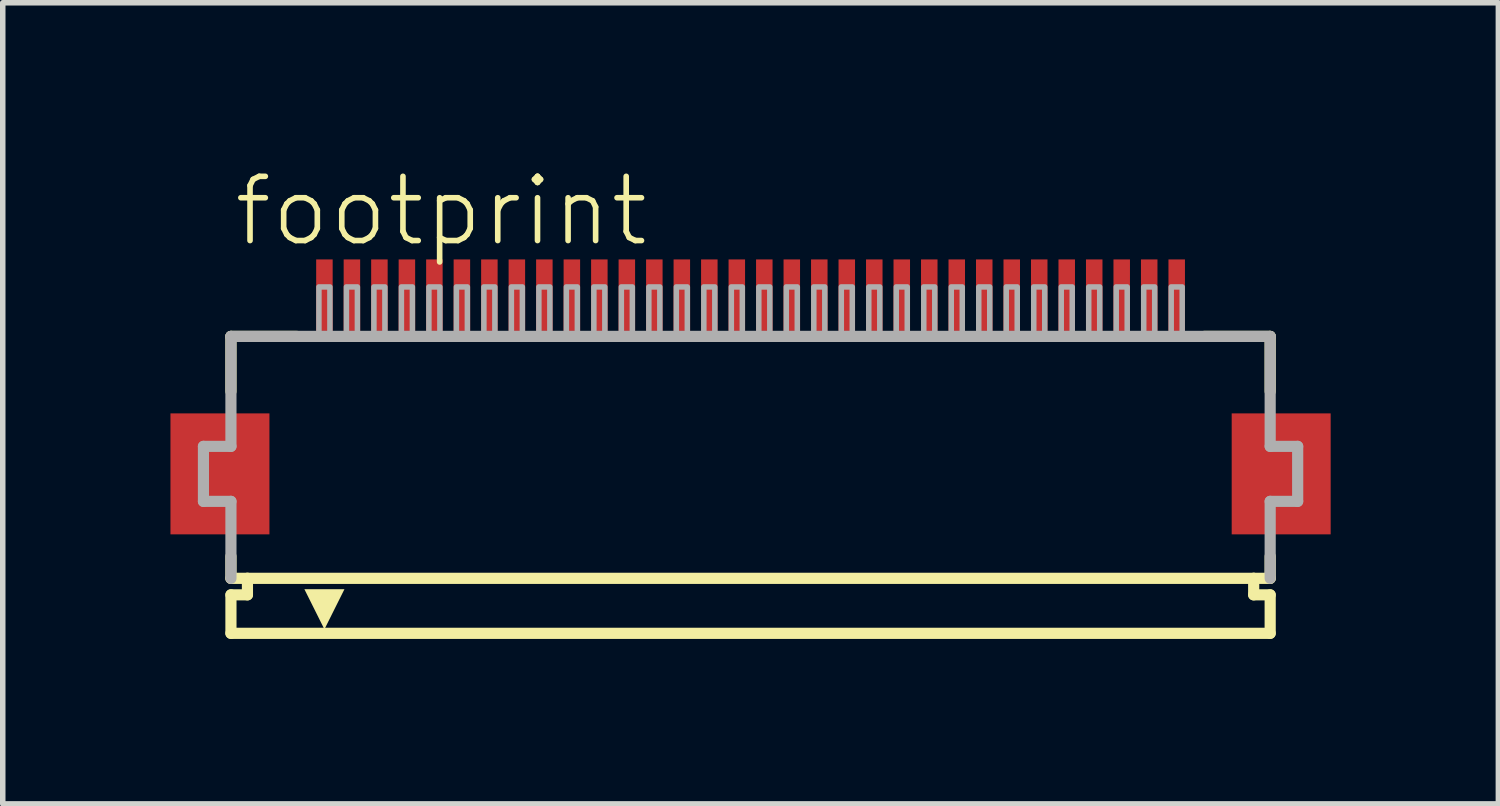
<source format=kicad_pcb>
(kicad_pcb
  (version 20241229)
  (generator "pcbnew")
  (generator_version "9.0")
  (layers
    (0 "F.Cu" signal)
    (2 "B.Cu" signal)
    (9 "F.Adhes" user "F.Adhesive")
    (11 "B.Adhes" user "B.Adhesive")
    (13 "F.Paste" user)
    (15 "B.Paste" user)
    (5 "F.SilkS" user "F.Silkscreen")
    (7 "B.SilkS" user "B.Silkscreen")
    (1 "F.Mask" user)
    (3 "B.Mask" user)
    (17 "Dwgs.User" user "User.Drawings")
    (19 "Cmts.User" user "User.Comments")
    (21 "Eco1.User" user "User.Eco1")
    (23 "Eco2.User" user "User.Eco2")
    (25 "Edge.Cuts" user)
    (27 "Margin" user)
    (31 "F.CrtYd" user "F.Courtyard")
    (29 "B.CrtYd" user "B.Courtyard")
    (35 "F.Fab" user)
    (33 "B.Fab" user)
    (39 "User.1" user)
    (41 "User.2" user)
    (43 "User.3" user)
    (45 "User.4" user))
  (footprint "footprint"
    (layer "F.Cu")
    (at 10.6 5.568)
    (property "Reference" "footprint" (at -9.448 -4.095 0) (layer "F.SilkS") (effects (font (size 1.168 1.168) (thickness 0.102)) (justify left bottom)))
    (fp_poly (pts (xy -8.75 -1.1) (xy -10.55 -1.1) (xy -10.55 1.1) (xy -8.75 1.1)) (stroke (width 0) (type solid)) (fill yes) (layer "F.Cu"))
    (fp_poly (pts (xy 10.55 -1.1) (xy 8.75 -1.1) (xy 8.75 1.1) (xy 10.55 1.1)) (stroke (width 0) (type solid)) (fill yes) (layer "F.Cu"))
    (fp_poly (pts (xy -8.7 -1.175) (xy -10.6 -1.175) (xy -10.6 1.175) (xy -8.7 1.175)) (stroke (width 0) (type solid)) (fill yes) (layer "F.Mask"))
    (fp_poly (pts (xy -7.95 -2.55) (xy -7.55 -2.55) (xy -7.55 -3.95) (xy -7.95 -3.95)) (stroke (width 0) (type solid)) (fill yes) (layer "F.Mask"))
    (fp_poly (pts (xy -7.45 -2.55) (xy -7.05 -2.55) (xy -7.05 -3.95) (xy -7.45 -3.95)) (stroke (width 0) (type solid)) (fill yes) (layer "F.Mask"))
    (fp_poly (pts (xy -6.95 -2.55) (xy -6.55 -2.55) (xy -6.55 -3.95) (xy -6.95 -3.95)) (stroke (width 0) (type solid)) (fill yes) (layer "F.Mask"))
    (fp_poly (pts (xy -6.45 -2.55) (xy -6.05 -2.55) (xy -6.05 -3.95) (xy -6.45 -3.95)) (stroke (width 0) (type solid)) (fill yes) (layer "F.Mask"))
    (fp_poly (pts (xy -5.95 -2.55) (xy -5.55 -2.55) (xy -5.55 -3.95) (xy -5.95 -3.95)) (stroke (width 0) (type solid)) (fill yes) (layer "F.Mask"))
    (fp_poly (pts (xy -5.45 -2.55) (xy -5.05 -2.55) (xy -5.05 -3.95) (xy -5.45 -3.95)) (stroke (width 0) (type solid)) (fill yes) (layer "F.Mask"))
    (fp_poly (pts (xy -4.95 -2.55) (xy -4.55 -2.55) (xy -4.55 -3.95) (xy -4.95 -3.95)) (stroke (width 0) (type solid)) (fill yes) (layer "F.Mask"))
    (fp_poly (pts (xy -4.45 -2.55) (xy -4.05 -2.55) (xy -4.05 -3.95) (xy -4.45 -3.95)) (stroke (width 0) (type solid)) (fill yes) (layer "F.Mask"))
    (fp_poly (pts (xy -3.95 -2.55) (xy -3.55 -2.55) (xy -3.55 -3.95) (xy -3.95 -3.95)) (stroke (width 0) (type solid)) (fill yes) (layer "F.Mask"))
    (fp_poly (pts (xy -3.45 -2.55) (xy -3.05 -2.55) (xy -3.05 -3.95) (xy -3.45 -3.95)) (stroke (width 0) (type solid)) (fill yes) (layer "F.Mask"))
    (fp_poly (pts (xy -2.95 -2.55) (xy -2.55 -2.55) (xy -2.55 -3.95) (xy -2.95 -3.95)) (stroke (width 0) (type solid)) (fill yes) (layer "F.Mask"))
    (fp_poly (pts (xy -2.45 -2.55) (xy -2.05 -2.55) (xy -2.05 -3.95) (xy -2.45 -3.95)) (stroke (width 0) (type solid)) (fill yes) (layer "F.Mask"))
    (fp_poly (pts (xy -1.95 -2.55) (xy -1.55 -2.55) (xy -1.55 -3.95) (xy -1.95 -3.95)) (stroke (width 0) (type solid)) (fill yes) (layer "F.Mask"))
    (fp_poly (pts (xy -1.45 -2.55) (xy -1.05 -2.55) (xy -1.05 -3.95) (xy -1.45 -3.95)) (stroke (width 0) (type solid)) (fill yes) (layer "F.Mask"))
    (fp_poly (pts (xy -0.95 -2.55) (xy -0.55 -2.55) (xy -0.55 -3.95) (xy -0.95 -3.95)) (stroke (width 0) (type solid)) (fill yes) (layer "F.Mask"))
    (fp_poly (pts (xy -0.45 -2.55) (xy -0.05 -2.55) (xy -0.05 -3.95) (xy -0.45 -3.95)) (stroke (width 0) (type solid)) (fill yes) (layer "F.Mask"))
    (fp_poly (pts (xy 0.05 -2.55) (xy 0.45 -2.55) (xy 0.45 -3.95) (xy 0.05 -3.95)) (stroke (width 0) (type solid)) (fill yes) (layer "F.Mask"))
    (fp_poly (pts (xy 0.55 -2.55) (xy 0.95 -2.55) (xy 0.95 -3.95) (xy 0.55 -3.95)) (stroke (width 0) (type solid)) (fill yes) (layer "F.Mask"))
    (fp_poly (pts (xy 1.05 -2.55) (xy 1.45 -2.55) (xy 1.45 -3.95) (xy 1.05 -3.95)) (stroke (width 0) (type solid)) (fill yes) (layer "F.Mask"))
    (fp_poly (pts (xy 1.55 -2.55) (xy 1.95 -2.55) (xy 1.95 -3.95) (xy 1.55 -3.95)) (stroke (width 0) (type solid)) (fill yes) (layer "F.Mask"))
    (fp_poly (pts (xy 2.05 -2.55) (xy 2.45 -2.55) (xy 2.45 -3.95) (xy 2.05 -3.95)) (stroke (width 0) (type solid)) (fill yes) (layer "F.Mask"))
    (fp_poly (pts (xy 2.55 -2.55) (xy 2.95 -2.55) (xy 2.95 -3.95) (xy 2.55 -3.95)) (stroke (width 0) (type solid)) (fill yes) (layer "F.Mask"))
    (fp_poly (pts (xy 3.05 -2.55) (xy 3.45 -2.55) (xy 3.45 -3.95) (xy 3.05 -3.95)) (stroke (width 0) (type solid)) (fill yes) (layer "F.Mask"))
    (fp_poly (pts (xy 3.55 -2.55) (xy 3.95 -2.55) (xy 3.95 -3.95) (xy 3.55 -3.95)) (stroke (width 0) (type solid)) (fill yes) (layer "F.Mask"))
    (fp_poly (pts (xy 4.05 -2.55) (xy 4.45 -2.55) (xy 4.45 -3.95) (xy 4.05 -3.95)) (stroke (width 0) (type solid)) (fill yes) (layer "F.Mask"))
    (fp_poly (pts (xy 4.55 -2.55) (xy 4.95 -2.55) (xy 4.95 -3.95) (xy 4.55 -3.95)) (stroke (width 0) (type solid)) (fill yes) (layer "F.Mask"))
    (fp_poly (pts (xy 5.05 -2.55) (xy 5.45 -2.55) (xy 5.45 -3.95) (xy 5.05 -3.95)) (stroke (width 0) (type solid)) (fill yes) (layer "F.Mask"))
    (fp_poly (pts (xy 5.55 -2.55) (xy 5.95 -2.55) (xy 5.95 -3.95) (xy 5.55 -3.95)) (stroke (width 0) (type solid)) (fill yes) (layer "F.Mask"))
    (fp_poly (pts (xy 6.05 -2.55) (xy 6.45 -2.55) (xy 6.45 -3.95) (xy 6.05 -3.95)) (stroke (width 0) (type solid)) (fill yes) (layer "F.Mask"))
    (fp_poly (pts (xy 6.55 -2.55) (xy 6.95 -2.55) (xy 6.95 -3.95) (xy 6.55 -3.95)) (stroke (width 0) (type solid)) (fill yes) (layer "F.Mask"))
    (fp_poly (pts (xy 7.05 -2.55) (xy 7.45 -2.55) (xy 7.45 -3.95) (xy 7.05 -3.95)) (stroke (width 0) (type solid)) (fill yes) (layer "F.Mask"))
    (fp_poly (pts (xy 7.55 -2.55) (xy 7.95 -2.55) (xy 7.95 -3.95) (xy 7.55 -3.95)) (stroke (width 0) (type solid)) (fill yes) (layer "F.Mask"))
    (fp_poly (pts (xy 10.6 -1.175) (xy 8.7 -1.175) (xy 8.7 1.175) (xy 10.6 1.175)) (stroke (width 0) (type solid)) (fill yes) (layer "F.Mask"))
    (fp_line (start -9.45 -2.5) (end -9.45 -1.5) (stroke (width 0.203) (type solid)) (layer "F.SilkS"))
    (fp_line (start -9.45 1.5) (end -9.45 1.9) (stroke (width 0.203) (type solid)) (layer "F.SilkS"))
    (fp_line (start -9.45 1.9) (end -9.15 1.9) (stroke (width 0.203) (type solid)) (layer "F.SilkS"))
    (fp_line (start -9.45 2.2) (end -9.45 2.9) (stroke (width 0.203) (type solid)) (layer "F.SilkS"))
    (fp_line (start -9.15 1.9) (end -9.15 2.2) (stroke (width 0.203) (type solid)) (layer "F.SilkS"))
    (fp_line (start -9.15 2.2) (end -9.45 2.2) (stroke (width 0.203) (type solid)) (layer "F.SilkS"))
    (fp_line (start -8.25 -2.5) (end -9.45 -2.5) (stroke (width 0.203) (type solid)) (layer "F.SilkS"))
    (fp_line (start 9.15 1.9) (end -9.15 1.9) (stroke (width 0.203) (type solid)) (layer "F.SilkS"))
    (fp_line (start 9.15 1.9) (end 9.45 1.9) (stroke (width 0.203) (type solid)) (layer "F.SilkS"))
    (fp_line (start 9.15 2.2) (end 9.15 1.9) (stroke (width 0.203) (type solid)) (layer "F.SilkS"))
    (fp_line (start 9.45 -2.5) (end 8.25 -2.5) (stroke (width 0.203) (type solid)) (layer "F.SilkS"))
    (fp_line (start 9.45 -1.5) (end 9.45 -2.5) (stroke (width 0.203) (type solid)) (layer "F.SilkS"))
    (fp_line (start 9.45 1.9) (end 9.45 1.5) (stroke (width 0.203) (type solid)) (layer "F.SilkS"))
    (fp_line (start 9.45 2.2) (end 9.15 2.2) (stroke (width 0.203) (type solid)) (layer "F.SilkS"))
    (fp_line (start 9.45 2.9) (end -9.45 2.9) (stroke (width 0.203) (type solid)) (layer "F.SilkS"))
    (fp_line (start 9.45 2.9) (end 9.45 2.2) (stroke (width 0.203) (type solid)) (layer "F.SilkS"))
    (fp_poly (pts (xy -7.75 2.827) (xy -8.114 2.098) (xy -7.386 2.098)) (stroke (width 0) (type solid)) (fill yes) (layer "F.SilkS"))
    (fp_poly (pts (xy -8.825 -1.025) (xy -10.475 -1.025) (xy -10.475 1.025) (xy -8.825 1.025)) (stroke (width 0) (type solid)) (fill yes) (layer "F.Paste"))
    (fp_poly (pts (xy -7.875 -2.625) (xy -7.625 -2.625) (xy -7.625 -3.875) (xy -7.875 -3.875)) (stroke (width 0) (type solid)) (fill yes) (layer "F.Paste"))
    (fp_poly (pts (xy -7.375 -2.625) (xy -7.125 -2.625) (xy -7.125 -3.875) (xy -7.375 -3.875)) (stroke (width 0) (type solid)) (fill yes) (layer "F.Paste"))
    (fp_poly (pts (xy -6.875 -2.625) (xy -6.625 -2.625) (xy -6.625 -3.875) (xy -6.875 -3.875)) (stroke (width 0) (type solid)) (fill yes) (layer "F.Paste"))
    (fp_poly (pts (xy -6.375 -2.625) (xy -6.125 -2.625) (xy -6.125 -3.875) (xy -6.375 -3.875)) (stroke (width 0) (type solid)) (fill yes) (layer "F.Paste"))
    (fp_poly (pts (xy -5.875 -2.625) (xy -5.625 -2.625) (xy -5.625 -3.875) (xy -5.875 -3.875)) (stroke (width 0) (type solid)) (fill yes) (layer "F.Paste"))
    (fp_poly (pts (xy -5.375 -2.625) (xy -5.125 -2.625) (xy -5.125 -3.875) (xy -5.375 -3.875)) (stroke (width 0) (type solid)) (fill yes) (layer "F.Paste"))
    (fp_poly (pts (xy -4.875 -2.625) (xy -4.625 -2.625) (xy -4.625 -3.875) (xy -4.875 -3.875)) (stroke (width 0) (type solid)) (fill yes) (layer "F.Paste"))
    (fp_poly (pts (xy -4.375 -2.625) (xy -4.125 -2.625) (xy -4.125 -3.875) (xy -4.375 -3.875)) (stroke (width 0) (type solid)) (fill yes) (layer "F.Paste"))
    (fp_poly (pts (xy -3.875 -2.625) (xy -3.625 -2.625) (xy -3.625 -3.875) (xy -3.875 -3.875)) (stroke (width 0) (type solid)) (fill yes) (layer "F.Paste"))
    (fp_poly (pts (xy -3.375 -2.625) (xy -3.125 -2.625) (xy -3.125 -3.875) (xy -3.375 -3.875)) (stroke (width 0) (type solid)) (fill yes) (layer "F.Paste"))
    (fp_poly (pts (xy -2.875 -2.625) (xy -2.625 -2.625) (xy -2.625 -3.875) (xy -2.875 -3.875)) (stroke (width 0) (type solid)) (fill yes) (layer "F.Paste"))
    (fp_poly (pts (xy -2.375 -2.625) (xy -2.125 -2.625) (xy -2.125 -3.875) (xy -2.375 -3.875)) (stroke (width 0) (type solid)) (fill yes) (layer "F.Paste"))
    (fp_poly (pts (xy -1.875 -2.625) (xy -1.625 -2.625) (xy -1.625 -3.875) (xy -1.875 -3.875)) (stroke (width 0) (type solid)) (fill yes) (layer "F.Paste"))
    (fp_poly (pts (xy -1.375 -2.625) (xy -1.125 -2.625) (xy -1.125 -3.875) (xy -1.375 -3.875)) (stroke (width 0) (type solid)) (fill yes) (layer "F.Paste"))
    (fp_poly (pts (xy -0.875 -2.625) (xy -0.625 -2.625) (xy -0.625 -3.875) (xy -0.875 -3.875)) (stroke (width 0) (type solid)) (fill yes) (layer "F.Paste"))
    (fp_poly (pts (xy -0.375 -2.625) (xy -0.125 -2.625) (xy -0.125 -3.875) (xy -0.375 -3.875)) (stroke (width 0) (type solid)) (fill yes) (layer "F.Paste"))
    (fp_poly (pts (xy 0.125 -2.625) (xy 0.375 -2.625) (xy 0.375 -3.875) (xy 0.125 -3.875)) (stroke (width 0) (type solid)) (fill yes) (layer "F.Paste"))
    (fp_poly (pts (xy 0.625 -2.625) (xy 0.875 -2.625) (xy 0.875 -3.875) (xy 0.625 -3.875)) (stroke (width 0) (type solid)) (fill yes) (layer "F.Paste"))
    (fp_poly (pts (xy 1.125 -2.625) (xy 1.375 -2.625) (xy 1.375 -3.875) (xy 1.125 -3.875)) (stroke (width 0) (type solid)) (fill yes) (layer "F.Paste"))
    (fp_poly (pts (xy 1.625 -2.625) (xy 1.875 -2.625) (xy 1.875 -3.875) (xy 1.625 -3.875)) (stroke (width 0) (type solid)) (fill yes) (layer "F.Paste"))
    (fp_poly (pts (xy 2.125 -2.625) (xy 2.375 -2.625) (xy 2.375 -3.875) (xy 2.125 -3.875)) (stroke (width 0) (type solid)) (fill yes) (layer "F.Paste"))
    (fp_poly (pts (xy 2.625 -2.625) (xy 2.875 -2.625) (xy 2.875 -3.875) (xy 2.625 -3.875)) (stroke (width 0) (type solid)) (fill yes) (layer "F.Paste"))
    (fp_poly (pts (xy 3.125 -2.625) (xy 3.375 -2.625) (xy 3.375 -3.875) (xy 3.125 -3.875)) (stroke (width 0) (type solid)) (fill yes) (layer "F.Paste"))
    (fp_poly (pts (xy 3.625 -2.625) (xy 3.875 -2.625) (xy 3.875 -3.875) (xy 3.625 -3.875)) (stroke (width 0) (type solid)) (fill yes) (layer "F.Paste"))
    (fp_poly (pts (xy 4.125 -2.625) (xy 4.375 -2.625) (xy 4.375 -3.875) (xy 4.125 -3.875)) (stroke (width 0) (type solid)) (fill yes) (layer "F.Paste"))
    (fp_poly (pts (xy 4.625 -2.625) (xy 4.875 -2.625) (xy 4.875 -3.875) (xy 4.625 -3.875)) (stroke (width 0) (type solid)) (fill yes) (layer "F.Paste"))
    (fp_poly (pts (xy 5.125 -2.625) (xy 5.375 -2.625) (xy 5.375 -3.875) (xy 5.125 -3.875)) (stroke (width 0) (type solid)) (fill yes) (layer "F.Paste"))
    (fp_poly (pts (xy 5.625 -2.625) (xy 5.875 -2.625) (xy 5.875 -3.875) (xy 5.625 -3.875)) (stroke (width 0) (type solid)) (fill yes) (layer "F.Paste"))
    (fp_poly (pts (xy 6.125 -2.625) (xy 6.375 -2.625) (xy 6.375 -3.875) (xy 6.125 -3.875)) (stroke (width 0) (type solid)) (fill yes) (layer "F.Paste"))
    (fp_poly (pts (xy 6.625 -2.625) (xy 6.875 -2.625) (xy 6.875 -3.875) (xy 6.625 -3.875)) (stroke (width 0) (type solid)) (fill yes) (layer "F.Paste"))
    (fp_poly (pts (xy 7.125 -2.625) (xy 7.375 -2.625) (xy 7.375 -3.875) (xy 7.125 -3.875)) (stroke (width 0) (type solid)) (fill yes) (layer "F.Paste"))
    (fp_poly (pts (xy 7.625 -2.625) (xy 7.875 -2.625) (xy 7.875 -3.875) (xy 7.625 -3.875)) (stroke (width 0) (type solid)) (fill yes) (layer "F.Paste"))
    (fp_poly (pts (xy 10.475 -1.025) (xy 8.825 -1.025) (xy 8.825 1.025) (xy 10.475 1.025)) (stroke (width 0) (type solid)) (fill yes) (layer "F.Paste"))
    (fp_line (start -9.95 -0.5) (end -9.95 0.5) (stroke (width 0.203) (type solid)) (layer "F.Fab"))
    (fp_line (start -9.95 0.5) (end -9.45 0.5) (stroke (width 0.203) (type solid)) (layer "F.Fab"))
    (fp_line (start -9.45 -2.5) (end -9.45 -0.5) (stroke (width 0.203) (type solid)) (layer "F.Fab"))
    (fp_line (start -9.45 -0.5) (end -9.95 -0.5) (stroke (width 0.203) (type solid)) (layer "F.Fab"))
    (fp_line (start -9.45 0.5) (end -9.45 1.9) (stroke (width 0.203) (type solid)) (layer "F.Fab"))
    (fp_line (start 9.45 -2.5) (end -9.45 -2.5) (stroke (width 0.203) (type solid)) (layer "F.Fab"))
    (fp_line (start 9.45 -0.5) (end 9.45 -2.5) (stroke (width 0.203) (type solid)) (layer "F.Fab"))
    (fp_line (start 9.45 0.5) (end 9.95 0.5) (stroke (width 0.203) (type solid)) (layer "F.Fab"))
    (fp_line (start 9.45 1.9) (end 9.45 0.5) (stroke (width 0.203) (type solid)) (layer "F.Fab"))
    (fp_line (start 9.95 -0.5) (end 9.45 -0.5) (stroke (width 0.203) (type solid)) (layer "F.Fab"))
    (fp_line (start 9.95 0.5) (end 9.95 -0.5) (stroke (width 0.203) (type solid)) (layer "F.Fab"))
    (fp_poly (pts (xy -7.85 -2.55) (xy -7.65 -2.55) (xy -7.65 -3.4) (xy -7.85 -3.4)) (stroke (width 0.1) (type solid)) (fill no) (layer "F.Fab"))
    (fp_poly (pts (xy -7.35 -2.55) (xy -7.15 -2.55) (xy -7.15 -3.4) (xy -7.35 -3.4)) (stroke (width 0.1) (type solid)) (fill no) (layer "F.Fab"))
    (fp_poly (pts (xy -6.85 -2.55) (xy -6.65 -2.55) (xy -6.65 -3.4) (xy -6.85 -3.4)) (stroke (width 0.1) (type solid)) (fill no) (layer "F.Fab"))
    (fp_poly (pts (xy -6.35 -2.55) (xy -6.15 -2.55) (xy -6.15 -3.4) (xy -6.35 -3.4)) (stroke (width 0.1) (type solid)) (fill no) (layer "F.Fab"))
    (fp_poly (pts (xy -5.85 -2.55) (xy -5.65 -2.55) (xy -5.65 -3.4) (xy -5.85 -3.4)) (stroke (width 0.1) (type solid)) (fill no) (layer "F.Fab"))
    (fp_poly (pts (xy -5.35 -2.55) (xy -5.15 -2.55) (xy -5.15 -3.4) (xy -5.35 -3.4)) (stroke (width 0.1) (type solid)) (fill no) (layer "F.Fab"))
    (fp_poly (pts (xy -4.85 -2.55) (xy -4.65 -2.55) (xy -4.65 -3.4) (xy -4.85 -3.4)) (stroke (width 0.1) (type solid)) (fill no) (layer "F.Fab"))
    (fp_poly (pts (xy -4.35 -2.55) (xy -4.15 -2.55) (xy -4.15 -3.4) (xy -4.35 -3.4)) (stroke (width 0.1) (type solid)) (fill no) (layer "F.Fab"))
    (fp_poly (pts (xy -3.85 -2.55) (xy -3.65 -2.55) (xy -3.65 -3.4) (xy -3.85 -3.4)) (stroke (width 0.1) (type solid)) (fill no) (layer "F.Fab"))
    (fp_poly (pts (xy -3.35 -2.55) (xy -3.15 -2.55) (xy -3.15 -3.4) (xy -3.35 -3.4)) (stroke (width 0.1) (type solid)) (fill no) (layer "F.Fab"))
    (fp_poly (pts (xy -2.85 -2.55) (xy -2.65 -2.55) (xy -2.65 -3.4) (xy -2.85 -3.4)) (stroke (width 0.1) (type solid)) (fill no) (layer "F.Fab"))
    (fp_poly (pts (xy -2.35 -2.55) (xy -2.15 -2.55) (xy -2.15 -3.4) (xy -2.35 -3.4)) (stroke (width 0.1) (type solid)) (fill no) (layer "F.Fab"))
    (fp_poly (pts (xy -1.85 -2.55) (xy -1.65 -2.55) (xy -1.65 -3.4) (xy -1.85 -3.4)) (stroke (width 0.1) (type solid)) (fill no) (layer "F.Fab"))
    (fp_poly (pts (xy -1.35 -2.55) (xy -1.15 -2.55) (xy -1.15 -3.4) (xy -1.35 -3.4)) (stroke (width 0.1) (type solid)) (fill no) (layer "F.Fab"))
    (fp_poly (pts (xy -0.85 -2.55) (xy -0.65 -2.55) (xy -0.65 -3.4) (xy -0.85 -3.4)) (stroke (width 0.1) (type solid)) (fill no) (layer "F.Fab"))
    (fp_poly (pts (xy -0.35 -2.55) (xy -0.15 -2.55) (xy -0.15 -3.4) (xy -0.35 -3.4)) (stroke (width 0.1) (type solid)) (fill no) (layer "F.Fab"))
    (fp_poly (pts (xy 0.15 -2.55) (xy 0.35 -2.55) (xy 0.35 -3.4) (xy 0.15 -3.4)) (stroke (width 0.1) (type solid)) (fill no) (layer "F.Fab"))
    (fp_poly (pts (xy 0.65 -2.55) (xy 0.85 -2.55) (xy 0.85 -3.4) (xy 0.65 -3.4)) (stroke (width 0.1) (type solid)) (fill no) (layer "F.Fab"))
    (fp_poly (pts (xy 1.15 -2.55) (xy 1.35 -2.55) (xy 1.35 -3.4) (xy 1.15 -3.4)) (stroke (width 0.1) (type solid)) (fill no) (layer "F.Fab"))
    (fp_poly (pts (xy 1.65 -2.55) (xy 1.85 -2.55) (xy 1.85 -3.4) (xy 1.65 -3.4)) (stroke (width 0.1) (type solid)) (fill no) (layer "F.Fab"))
    (fp_poly (pts (xy 2.15 -2.55) (xy 2.35 -2.55) (xy 2.35 -3.4) (xy 2.15 -3.4)) (stroke (width 0.1) (type solid)) (fill no) (layer "F.Fab"))
    (fp_poly (pts (xy 2.65 -2.55) (xy 2.85 -2.55) (xy 2.85 -3.4) (xy 2.65 -3.4)) (stroke (width 0.1) (type solid)) (fill no) (layer "F.Fab"))
    (fp_poly (pts (xy 3.15 -2.55) (xy 3.35 -2.55) (xy 3.35 -3.4) (xy 3.15 -3.4)) (stroke (width 0.1) (type solid)) (fill no) (layer "F.Fab"))
    (fp_poly (pts (xy 3.65 -2.55) (xy 3.85 -2.55) (xy 3.85 -3.4) (xy 3.65 -3.4)) (stroke (width 0.1) (type solid)) (fill no) (layer "F.Fab"))
    (fp_poly (pts (xy 4.15 -2.55) (xy 4.35 -2.55) (xy 4.35 -3.4) (xy 4.15 -3.4)) (stroke (width 0.1) (type solid)) (fill no) (layer "F.Fab"))
    (fp_poly (pts (xy 4.65 -2.55) (xy 4.85 -2.55) (xy 4.85 -3.4) (xy 4.65 -3.4)) (stroke (width 0.1) (type solid)) (fill no) (layer "F.Fab"))
    (fp_poly (pts (xy 5.15 -2.55) (xy 5.35 -2.55) (xy 5.35 -3.4) (xy 5.15 -3.4)) (stroke (width 0.1) (type solid)) (fill no) (layer "F.Fab"))
    (fp_poly (pts (xy 5.65 -2.55) (xy 5.85 -2.55) (xy 5.85 -3.4) (xy 5.65 -3.4)) (stroke (width 0.1) (type solid)) (fill no) (layer "F.Fab"))
    (fp_poly (pts (xy 6.15 -2.55) (xy 6.35 -2.55) (xy 6.35 -3.4) (xy 6.15 -3.4)) (stroke (width 0.1) (type solid)) (fill no) (layer "F.Fab"))
    (fp_poly (pts (xy 6.65 -2.55) (xy 6.85 -2.55) (xy 6.85 -3.4) (xy 6.65 -3.4)) (stroke (width 0.1) (type solid)) (fill no) (layer "F.Fab"))
    (fp_poly (pts (xy 7.15 -2.55) (xy 7.35 -2.55) (xy 7.35 -3.4) (xy 7.15 -3.4)) (stroke (width 0.1) (type solid)) (fill no) (layer "F.Fab"))
    (fp_poly (pts (xy 7.65 -2.55) (xy 7.85 -2.55) (xy 7.85 -3.4) (xy 7.65 -3.4)) (stroke (width 0.1) (type solid)) (fill no) (layer "F.Fab"))
    (pad "1" smd rect (at -7.75 -3.25) (size 0.3 1.3) (layers "F.Cu"))
    (pad "2" smd rect (at -7.25 -3.25) (size 0.3 1.3) (layers "F.Cu"))
    (pad "3" smd rect (at -6.75 -3.25) (size 0.3 1.3) (layers "F.Cu"))
    (pad "4" smd rect (at -6.25 -3.25) (size 0.3 1.3) (layers "F.Cu"))
    (pad "5" smd rect (at -5.75 -3.25) (size 0.3 1.3) (layers "F.Cu"))
    (pad "6" smd rect (at -5.25 -3.25) (size 0.3 1.3) (layers "F.Cu"))
    (pad "7" smd rect (at -4.75 -3.25) (size 0.3 1.3) (layers "F.Cu"))
    (pad "8" smd rect (at -4.25 -3.25) (size 0.3 1.3) (layers "F.Cu"))
    (pad "9" smd rect (at -3.75 -3.25) (size 0.3 1.3) (layers "F.Cu"))
    (pad "10" smd rect (at -3.25 -3.25) (size 0.3 1.3) (layers "F.Cu"))
    (pad "11" smd rect (at -2.75 -3.25) (size 0.3 1.3) (layers "F.Cu"))
    (pad "12" smd rect (at -2.25 -3.25) (size 0.3 1.3) (layers "F.Cu"))
    (pad "13" smd rect (at -1.75 -3.25) (size 0.3 1.3) (layers "F.Cu"))
    (pad "14" smd rect (at -1.25 -3.25) (size 0.3 1.3) (layers "F.Cu"))
    (pad "15" smd rect (at -0.75 -3.25) (size 0.3 1.3) (layers "F.Cu"))
    (pad "16" smd rect (at -0.25 -3.25) (size 0.3 1.3) (layers "F.Cu"))
    (pad "17" smd rect (at 0.25 -3.25) (size 0.3 1.3) (layers "F.Cu"))
    (pad "18" smd rect (at 0.75 -3.25) (size 0.3 1.3) (layers "F.Cu"))
    (pad "19" smd rect (at 1.25 -3.25) (size 0.3 1.3) (layers "F.Cu"))
    (pad "20" smd rect (at 1.75 -3.25) (size 0.3 1.3) (layers "F.Cu"))
    (pad "21" smd rect (at 2.25 -3.25) (size 0.3 1.3) (layers "F.Cu"))
    (pad "22" smd rect (at 2.75 -3.25) (size 0.3 1.3) (layers "F.Cu"))
    (pad "23" smd rect (at 3.25 -3.25) (size 0.3 1.3) (layers "F.Cu"))
    (pad "24" smd rect (at 3.75 -3.25) (size 0.3 1.3) (layers "F.Cu"))
    (pad "25" smd rect (at 4.25 -3.25) (size 0.3 1.3) (layers "F.Cu"))
    (pad "26" smd rect (at 4.75 -3.25) (size 0.3 1.3) (layers "F.Cu"))
    (pad "27" smd rect (at 5.25 -3.25) (size 0.3 1.3) (layers "F.Cu"))
    (pad "28" smd rect (at 5.75 -3.25) (size 0.3 1.3) (layers "F.Cu"))
    (pad "29" smd rect (at 6.25 -3.25) (size 0.3 1.3) (layers "F.Cu"))
    (pad "30" smd rect (at 6.75 -3.25) (size 0.3 1.3) (layers "F.Cu"))
    (pad "31" smd rect (at 7.25 -3.25) (size 0.3 1.3) (layers "F.Cu"))
    (pad "32" smd rect (at 7.75 -3.25) (size 0.3 1.3) (layers "F.Cu")))
  (gr_rect
    (start -3 -3)
    (end 24.2 11.57)
    (stroke (width 0.1) (type default))
    (fill no)
    (layer "Edge.Cuts")))
</source>
